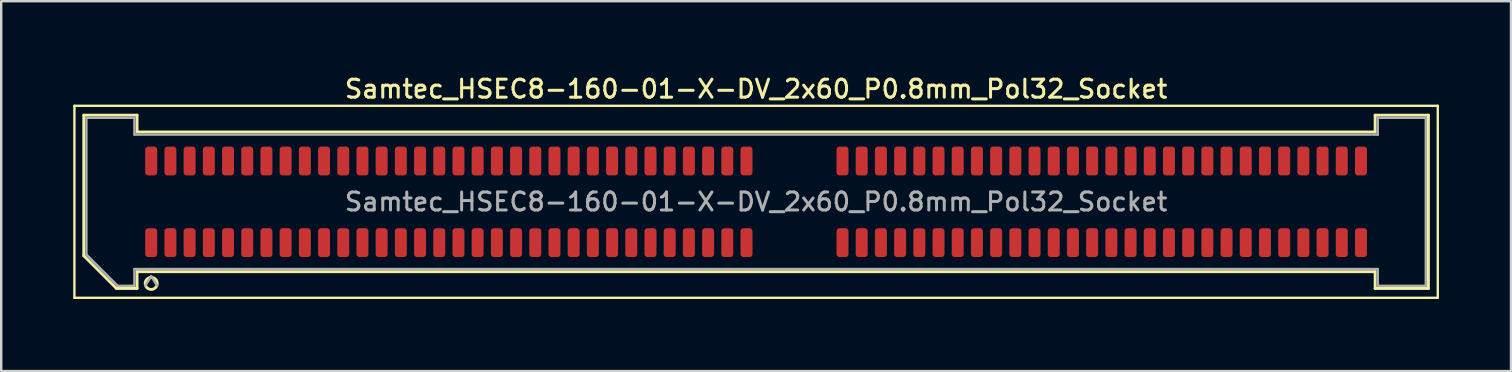
<source format=kicad_pcb>
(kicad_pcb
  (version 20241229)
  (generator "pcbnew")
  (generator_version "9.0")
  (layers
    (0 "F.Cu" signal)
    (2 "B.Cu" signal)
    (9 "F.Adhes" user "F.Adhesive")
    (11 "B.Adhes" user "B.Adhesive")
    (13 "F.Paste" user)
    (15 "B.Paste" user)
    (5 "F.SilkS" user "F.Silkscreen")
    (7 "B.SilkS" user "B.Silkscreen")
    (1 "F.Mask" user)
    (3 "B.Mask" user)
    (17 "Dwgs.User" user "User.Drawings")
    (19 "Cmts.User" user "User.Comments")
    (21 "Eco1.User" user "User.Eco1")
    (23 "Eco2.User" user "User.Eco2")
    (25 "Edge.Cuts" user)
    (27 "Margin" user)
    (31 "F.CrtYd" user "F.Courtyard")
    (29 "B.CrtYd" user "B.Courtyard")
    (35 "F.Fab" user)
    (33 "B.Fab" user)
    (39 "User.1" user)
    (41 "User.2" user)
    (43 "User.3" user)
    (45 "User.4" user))
  (footprint "Samtec_HSEC8-160-01-X-DV_2x60_P0.8mm_Pol32_Socket"
    (layer "F.Cu")
    (at 28.45 5.358)
    (property "Reference" "Samtec_HSEC8-160-01-X-DV_2x60_P0.8mm_Pol32_Socket" (at 0 -4.7 0) (layer "F.SilkS") (effects (font (size 0.75 0.75) (thickness 0.125))))
    (attr smd)
    (fp_line (start -28.4 -4) (end -28.4 4) (stroke (width 0.1) (type solid)) (layer "F.SilkS"))
    (fp_line (start -28.4 4) (end 28.4 4) (stroke (width 0.1) (type solid)) (layer "F.SilkS"))
    (fp_line (start -28.01 -3.61) (end -25.79 -3.61) (stroke (width 0.12) (type solid)) (layer "F.SilkS"))
    (fp_line (start -28.01 2.246) (end -28.01 -3.61) (stroke (width 0.12) (type solid)) (layer "F.SilkS"))
    (fp_line (start -26.646 3.61) (end -28.01 2.246) (stroke (width 0.12) (type solid)) (layer "F.SilkS"))
    (fp_line (start -25.79 -3.61) (end -25.79 -2.91) (stroke (width 0.12) (type solid)) (layer "F.SilkS"))
    (fp_line (start -25.79 -2.91) (end 25.79 -2.91) (stroke (width 0.12) (type solid)) (layer "F.SilkS"))
    (fp_line (start -25.79 2.91) (end -25.79 3.61) (stroke (width 0.12) (type solid)) (layer "F.SilkS"))
    (fp_line (start -25.79 3.61) (end -26.646 3.61) (stroke (width 0.12) (type solid)) (layer "F.SilkS"))
    (fp_line (start 25.79 -3.61) (end 28.01 -3.61) (stroke (width 0.12) (type solid)) (layer "F.SilkS"))
    (fp_line (start 25.79 -2.91) (end 25.79 -3.61) (stroke (width 0.12) (type solid)) (layer "F.SilkS"))
    (fp_line (start 25.79 2.91) (end -25.79 2.91) (stroke (width 0.12) (type solid)) (layer "F.SilkS"))
    (fp_line (start 25.79 3.61) (end 25.79 2.91) (stroke (width 0.12) (type solid)) (layer "F.SilkS"))
    (fp_line (start 28.01 -3.61) (end 28.01 3.61) (stroke (width 0.12) (type solid)) (layer "F.SilkS"))
    (fp_line (start 28.01 3.61) (end 25.79 3.61) (stroke (width 0.12) (type solid)) (layer "F.SilkS"))
    (fp_line (start 28.4 -4) (end -28.4 -4) (stroke (width 0.1) (type solid)) (layer "F.SilkS"))
    (fp_line (start 28.4 4) (end 28.4 -4) (stroke (width 0.1) (type solid)) (layer "F.SilkS"))
    (fp_arc (start -24.95 3.4) (mid -25.45 3.4) (end -24.95 3.4) (stroke (width 0.12) (type solid)) (layer "F.SilkS"))
    (fp_line (start -27.9 -3.5) (end -25.9 -3.5) (stroke (width 0.1) (type solid)) (layer "F.Fab"))
    (fp_line (start -27.9 2.2) (end -27.9 -3.5) (stroke (width 0.1) (type solid)) (layer "F.Fab"))
    (fp_line (start -26.6 3.5) (end -27.9 2.2) (stroke (width 0.1) (type solid)) (layer "F.Fab"))
    (fp_line (start -25.9 -3.5) (end -25.9 -2.8) (stroke (width 0.1) (type solid)) (layer "F.Fab"))
    (fp_line (start -25.9 -2.8) (end 25.9 -2.8) (stroke (width 0.1) (type solid)) (layer "F.Fab"))
    (fp_line (start -25.9 2.8) (end -25.9 3.5) (stroke (width 0.1) (type solid)) (layer "F.Fab"))
    (fp_line (start -25.9 3.5) (end -26.6 3.5) (stroke (width 0.1) (type solid)) (layer "F.Fab"))
    (fp_line (start -25.2 3.1) (end -25.45 3.5) (stroke (width 0.1) (type solid)) (layer "F.Fab"))
    (fp_line (start -25.2 3.1) (end -24.95 3.5) (stroke (width 0.1) (type solid)) (layer "F.Fab"))
    (fp_line (start 25.9 -3.5) (end 27.9 -3.5) (stroke (width 0.1) (type solid)) (layer "F.Fab"))
    (fp_line (start 25.9 -2.8) (end 25.9 -3.5) (stroke (width 0.1) (type solid)) (layer "F.Fab"))
    (fp_line (start 25.9 2.8) (end -25.9 2.8) (stroke (width 0.1) (type solid)) (layer "F.Fab"))
    (fp_line (start 25.9 3.5) (end 25.9 2.8) (stroke (width 0.1) (type solid)) (layer "F.Fab"))
    (fp_line (start 27.9 -3.5) (end 27.9 3.5) (stroke (width 0.1) (type solid)) (layer "F.Fab"))
    (fp_line (start 27.9 3.5) (end 25.9 3.5) (stroke (width 0.1) (type solid)) (layer "F.Fab"))
    (fp_text user "${REFERENCE}" (at 0 0 0) (layer "F.Fab") (effects (font (size 0.75 0.75) (thickness 0.125))))
    (pad "1" smd roundrect (at -25.2 1.7) (size 0.5 1.2) (layers "F.Cu" "F.Mask" "F.Paste") (roundrect_rratio 0.25))
    (pad "2" smd roundrect (at -25.2 -1.7) (size 0.5 1.2) (layers "F.Cu" "F.Mask" "F.Paste") (roundrect_rratio 0.25))
    (pad "3" smd roundrect (at -24.4 1.7) (size 0.5 1.2) (layers "F.Cu" "F.Mask" "F.Paste") (roundrect_rratio 0.25))
    (pad "4" smd roundrect (at -24.4 -1.7) (size 0.5 1.2) (layers "F.Cu" "F.Mask" "F.Paste") (roundrect_rratio 0.25))
    (pad "5" smd roundrect (at -23.6 1.7) (size 0.5 1.2) (layers "F.Cu" "F.Mask" "F.Paste") (roundrect_rratio 0.25))
    (pad "6" smd roundrect (at -23.6 -1.7) (size 0.5 1.2) (layers "F.Cu" "F.Mask" "F.Paste") (roundrect_rratio 0.25))
    (pad "7" smd roundrect (at -22.8 1.7) (size 0.5 1.2) (layers "F.Cu" "F.Mask" "F.Paste") (roundrect_rratio 0.25))
    (pad "8" smd roundrect (at -22.8 -1.7) (size 0.5 1.2) (layers "F.Cu" "F.Mask" "F.Paste") (roundrect_rratio 0.25))
    (pad "9" smd roundrect (at -22 1.7) (size 0.5 1.2) (layers "F.Cu" "F.Mask" "F.Paste") (roundrect_rratio 0.25))
    (pad "10" smd roundrect (at -22 -1.7) (size 0.5 1.2) (layers "F.Cu" "F.Mask" "F.Paste") (roundrect_rratio 0.25))
    (pad "11" smd roundrect (at -21.2 1.7) (size 0.5 1.2) (layers "F.Cu" "F.Mask" "F.Paste") (roundrect_rratio 0.25))
    (pad "12" smd roundrect (at -21.2 -1.7) (size 0.5 1.2) (layers "F.Cu" "F.Mask" "F.Paste") (roundrect_rratio 0.25))
    (pad "13" smd roundrect (at -20.4 1.7) (size 0.5 1.2) (layers "F.Cu" "F.Mask" "F.Paste") (roundrect_rratio 0.25))
    (pad "14" smd roundrect (at -20.4 -1.7) (size 0.5 1.2) (layers "F.Cu" "F.Mask" "F.Paste") (roundrect_rratio 0.25))
    (pad "15" smd roundrect (at -19.6 1.7) (size 0.5 1.2) (layers "F.Cu" "F.Mask" "F.Paste") (roundrect_rratio 0.25))
    (pad "16" smd roundrect (at -19.6 -1.7) (size 0.5 1.2) (layers "F.Cu" "F.Mask" "F.Paste") (roundrect_rratio 0.25))
    (pad "17" smd roundrect (at -18.8 1.7) (size 0.5 1.2) (layers "F.Cu" "F.Mask" "F.Paste") (roundrect_rratio 0.25))
    (pad "18" smd roundrect (at -18.8 -1.7) (size 0.5 1.2) (layers "F.Cu" "F.Mask" "F.Paste") (roundrect_rratio 0.25))
    (pad "19" smd roundrect (at -18 1.7) (size 0.5 1.2) (layers "F.Cu" "F.Mask" "F.Paste") (roundrect_rratio 0.25))
    (pad "20" smd roundrect (at -18 -1.7) (size 0.5 1.2) (layers "F.Cu" "F.Mask" "F.Paste") (roundrect_rratio 0.25))
    (pad "21" smd roundrect (at -17.2 1.7) (size 0.5 1.2) (layers "F.Cu" "F.Mask" "F.Paste") (roundrect_rratio 0.25))
    (pad "22" smd roundrect (at -17.2 -1.7) (size 0.5 1.2) (layers "F.Cu" "F.Mask" "F.Paste") (roundrect_rratio 0.25))
    (pad "23" smd roundrect (at -16.4 1.7) (size 0.5 1.2) (layers "F.Cu" "F.Mask" "F.Paste") (roundrect_rratio 0.25))
    (pad "24" smd roundrect (at -16.4 -1.7) (size 0.5 1.2) (layers "F.Cu" "F.Mask" "F.Paste") (roundrect_rratio 0.25))
    (pad "25" smd roundrect (at -15.6 1.7) (size 0.5 1.2) (layers "F.Cu" "F.Mask" "F.Paste") (roundrect_rratio 0.25))
    (pad "26" smd roundrect (at -15.6 -1.7) (size 0.5 1.2) (layers "F.Cu" "F.Mask" "F.Paste") (roundrect_rratio 0.25))
    (pad "27" smd roundrect (at -14.8 1.7) (size 0.5 1.2) (layers "F.Cu" "F.Mask" "F.Paste") (roundrect_rratio 0.25))
    (pad "28" smd roundrect (at -14.8 -1.7) (size 0.5 1.2) (layers "F.Cu" "F.Mask" "F.Paste") (roundrect_rratio 0.25))
    (pad "29" smd roundrect (at -14 1.7) (size 0.5 1.2) (layers "F.Cu" "F.Mask" "F.Paste") (roundrect_rratio 0.25))
    (pad "30" smd roundrect (at -14 -1.7) (size 0.5 1.2) (layers "F.Cu" "F.Mask" "F.Paste") (roundrect_rratio 0.25))
    (pad "31" smd roundrect (at -13.2 1.7) (size 0.5 1.2) (layers "F.Cu" "F.Mask" "F.Paste") (roundrect_rratio 0.25))
    (pad "32" smd roundrect (at -13.2 -1.7) (size 0.5 1.2) (layers "F.Cu" "F.Mask" "F.Paste") (roundrect_rratio 0.25))
    (pad "33" smd roundrect (at -12.4 1.7) (size 0.5 1.2) (layers "F.Cu" "F.Mask" "F.Paste") (roundrect_rratio 0.25))
    (pad "34" smd roundrect (at -12.4 -1.7) (size 0.5 1.2) (layers "F.Cu" "F.Mask" "F.Paste") (roundrect_rratio 0.25))
    (pad "35" smd roundrect (at -11.6 1.7) (size 0.5 1.2) (layers "F.Cu" "F.Mask" "F.Paste") (roundrect_rratio 0.25))
    (pad "36" smd roundrect (at -11.6 -1.7) (size 0.5 1.2) (layers "F.Cu" "F.Mask" "F.Paste") (roundrect_rratio 0.25))
    (pad "37" smd roundrect (at -10.8 1.7) (size 0.5 1.2) (layers "F.Cu" "F.Mask" "F.Paste") (roundrect_rratio 0.25))
    (pad "38" smd roundrect (at -10.8 -1.7) (size 0.5 1.2) (layers "F.Cu" "F.Mask" "F.Paste") (roundrect_rratio 0.25))
    (pad "39" smd roundrect (at -10 1.7) (size 0.5 1.2) (layers "F.Cu" "F.Mask" "F.Paste") (roundrect_rratio 0.25))
    (pad "40" smd roundrect (at -10 -1.7) (size 0.5 1.2) (layers "F.Cu" "F.Mask" "F.Paste") (roundrect_rratio 0.25))
    (pad "41" smd roundrect (at -9.2 1.7) (size 0.5 1.2) (layers "F.Cu" "F.Mask" "F.Paste") (roundrect_rratio 0.25))
    (pad "42" smd roundrect (at -9.2 -1.7) (size 0.5 1.2) (layers "F.Cu" "F.Mask" "F.Paste") (roundrect_rratio 0.25))
    (pad "43" smd roundrect (at -8.4 1.7) (size 0.5 1.2) (layers "F.Cu" "F.Mask" "F.Paste") (roundrect_rratio 0.25))
    (pad "44" smd roundrect (at -8.4 -1.7) (size 0.5 1.2) (layers "F.Cu" "F.Mask" "F.Paste") (roundrect_rratio 0.25))
    (pad "45" smd roundrect (at -7.6 1.7) (size 0.5 1.2) (layers "F.Cu" "F.Mask" "F.Paste") (roundrect_rratio 0.25))
    (pad "46" smd roundrect (at -7.6 -1.7) (size 0.5 1.2) (layers "F.Cu" "F.Mask" "F.Paste") (roundrect_rratio 0.25))
    (pad "47" smd roundrect (at -6.8 1.7) (size 0.5 1.2) (layers "F.Cu" "F.Mask" "F.Paste") (roundrect_rratio 0.25))
    (pad "48" smd roundrect (at -6.8 -1.7) (size 0.5 1.2) (layers "F.Cu" "F.Mask" "F.Paste") (roundrect_rratio 0.25))
    (pad "49" smd roundrect (at -6 1.7) (size 0.5 1.2) (layers "F.Cu" "F.Mask" "F.Paste") (roundrect_rratio 0.25))
    (pad "50" smd roundrect (at -6 -1.7) (size 0.5 1.2) (layers "F.Cu" "F.Mask" "F.Paste") (roundrect_rratio 0.25))
    (pad "51" smd roundrect (at -5.2 1.7) (size 0.5 1.2) (layers "F.Cu" "F.Mask" "F.Paste") (roundrect_rratio 0.25))
    (pad "52" smd roundrect (at -5.2 -1.7) (size 0.5 1.2) (layers "F.Cu" "F.Mask" "F.Paste") (roundrect_rratio 0.25))
    (pad "53" smd roundrect (at -4.4 1.7) (size 0.5 1.2) (layers "F.Cu" "F.Mask" "F.Paste") (roundrect_rratio 0.25))
    (pad "54" smd roundrect (at -4.4 -1.7) (size 0.5 1.2) (layers "F.Cu" "F.Mask" "F.Paste") (roundrect_rratio 0.25))
    (pad "55" smd roundrect (at -3.6 1.7) (size 0.5 1.2) (layers "F.Cu" "F.Mask" "F.Paste") (roundrect_rratio 0.25))
    (pad "56" smd roundrect (at -3.6 -1.7) (size 0.5 1.2) (layers "F.Cu" "F.Mask" "F.Paste") (roundrect_rratio 0.25))
    (pad "57" smd roundrect (at -2.8 1.7) (size 0.5 1.2) (layers "F.Cu" "F.Mask" "F.Paste") (roundrect_rratio 0.25))
    (pad "58" smd roundrect (at -2.8 -1.7) (size 0.5 1.2) (layers "F.Cu" "F.Mask" "F.Paste") (roundrect_rratio 0.25))
    (pad "59" smd roundrect (at -2 1.7) (size 0.5 1.2) (layers "F.Cu" "F.Mask" "F.Paste") (roundrect_rratio 0.25))
    (pad "60" smd roundrect (at -2 -1.7) (size 0.5 1.2) (layers "F.Cu" "F.Mask" "F.Paste") (roundrect_rratio 0.25))
    (pad "61" smd roundrect (at -1.2 1.7) (size 0.5 1.2) (layers "F.Cu" "F.Mask" "F.Paste") (roundrect_rratio 0.25))
    (pad "62" smd roundrect (at -1.2 -1.7) (size 0.5 1.2) (layers "F.Cu" "F.Mask" "F.Paste") (roundrect_rratio 0.25))
    (pad "63" smd roundrect (at -0.4 1.7) (size 0.5 1.2) (layers "F.Cu" "F.Mask" "F.Paste") (roundrect_rratio 0.25))
    (pad "64" smd roundrect (at -0.4 -1.7) (size 0.5 1.2) (layers "F.Cu" "F.Mask" "F.Paste") (roundrect_rratio 0.25))
    (pad "65" smd roundrect (at 3.6 1.7) (size 0.5 1.2) (layers "F.Cu" "F.Mask" "F.Paste") (roundrect_rratio 0.25))
    (pad "66" smd roundrect (at 3.6 -1.7) (size 0.5 1.2) (layers "F.Cu" "F.Mask" "F.Paste") (roundrect_rratio 0.25))
    (pad "67" smd roundrect (at 4.4 1.7) (size 0.5 1.2) (layers "F.Cu" "F.Mask" "F.Paste") (roundrect_rratio 0.25))
    (pad "68" smd roundrect (at 4.4 -1.7) (size 0.5 1.2) (layers "F.Cu" "F.Mask" "F.Paste") (roundrect_rratio 0.25))
    (pad "69" smd roundrect (at 5.2 1.7) (size 0.5 1.2) (layers "F.Cu" "F.Mask" "F.Paste") (roundrect_rratio 0.25))
    (pad "70" smd roundrect (at 5.2 -1.7) (size 0.5 1.2) (layers "F.Cu" "F.Mask" "F.Paste") (roundrect_rratio 0.25))
    (pad "71" smd roundrect (at 6 1.7) (size 0.5 1.2) (layers "F.Cu" "F.Mask" "F.Paste") (roundrect_rratio 0.25))
    (pad "72" smd roundrect (at 6 -1.7) (size 0.5 1.2) (layers "F.Cu" "F.Mask" "F.Paste") (roundrect_rratio 0.25))
    (pad "73" smd roundrect (at 6.8 1.7) (size 0.5 1.2) (layers "F.Cu" "F.Mask" "F.Paste") (roundrect_rratio 0.25))
    (pad "74" smd roundrect (at 6.8 -1.7) (size 0.5 1.2) (layers "F.Cu" "F.Mask" "F.Paste") (roundrect_rratio 0.25))
    (pad "75" smd roundrect (at 7.6 1.7) (size 0.5 1.2) (layers "F.Cu" "F.Mask" "F.Paste") (roundrect_rratio 0.25))
    (pad "76" smd roundrect (at 7.6 -1.7) (size 0.5 1.2) (layers "F.Cu" "F.Mask" "F.Paste") (roundrect_rratio 0.25))
    (pad "77" smd roundrect (at 8.4 1.7) (size 0.5 1.2) (layers "F.Cu" "F.Mask" "F.Paste") (roundrect_rratio 0.25))
    (pad "78" smd roundrect (at 8.4 -1.7) (size 0.5 1.2) (layers "F.Cu" "F.Mask" "F.Paste") (roundrect_rratio 0.25))
    (pad "79" smd roundrect (at 9.2 1.7) (size 0.5 1.2) (layers "F.Cu" "F.Mask" "F.Paste") (roundrect_rratio 0.25))
    (pad "80" smd roundrect (at 9.2 -1.7) (size 0.5 1.2) (layers "F.Cu" "F.Mask" "F.Paste") (roundrect_rratio 0.25))
    (pad "81" smd roundrect (at 10 1.7) (size 0.5 1.2) (layers "F.Cu" "F.Mask" "F.Paste") (roundrect_rratio 0.25))
    (pad "82" smd roundrect (at 10 -1.7) (size 0.5 1.2) (layers "F.Cu" "F.Mask" "F.Paste") (roundrect_rratio 0.25))
    (pad "83" smd roundrect (at 10.8 1.7) (size 0.5 1.2) (layers "F.Cu" "F.Mask" "F.Paste") (roundrect_rratio 0.25))
    (pad "84" smd roundrect (at 10.8 -1.7) (size 0.5 1.2) (layers "F.Cu" "F.Mask" "F.Paste") (roundrect_rratio 0.25))
    (pad "85" smd roundrect (at 11.6 1.7) (size 0.5 1.2) (layers "F.Cu" "F.Mask" "F.Paste") (roundrect_rratio 0.25))
    (pad "86" smd roundrect (at 11.6 -1.7) (size 0.5 1.2) (layers "F.Cu" "F.Mask" "F.Paste") (roundrect_rratio 0.25))
    (pad "87" smd roundrect (at 12.4 1.7) (size 0.5 1.2) (layers "F.Cu" "F.Mask" "F.Paste") (roundrect_rratio 0.25))
    (pad "88" smd roundrect (at 12.4 -1.7) (size 0.5 1.2) (layers "F.Cu" "F.Mask" "F.Paste") (roundrect_rratio 0.25))
    (pad "89" smd roundrect (at 13.2 1.7) (size 0.5 1.2) (layers "F.Cu" "F.Mask" "F.Paste") (roundrect_rratio 0.25))
    (pad "90" smd roundrect (at 13.2 -1.7) (size 0.5 1.2) (layers "F.Cu" "F.Mask" "F.Paste") (roundrect_rratio 0.25))
    (pad "91" smd roundrect (at 14 1.7) (size 0.5 1.2) (layers "F.Cu" "F.Mask" "F.Paste") (roundrect_rratio 0.25))
    (pad "92" smd roundrect (at 14 -1.7) (size 0.5 1.2) (layers "F.Cu" "F.Mask" "F.Paste") (roundrect_rratio 0.25))
    (pad "93" smd roundrect (at 14.8 1.7) (size 0.5 1.2) (layers "F.Cu" "F.Mask" "F.Paste") (roundrect_rratio 0.25))
    (pad "94" smd roundrect (at 14.8 -1.7) (size 0.5 1.2) (layers "F.Cu" "F.Mask" "F.Paste") (roundrect_rratio 0.25))
    (pad "95" smd roundrect (at 15.6 1.7) (size 0.5 1.2) (layers "F.Cu" "F.Mask" "F.Paste") (roundrect_rratio 0.25))
    (pad "96" smd roundrect (at 15.6 -1.7) (size 0.5 1.2) (layers "F.Cu" "F.Mask" "F.Paste") (roundrect_rratio 0.25))
    (pad "97" smd roundrect (at 16.4 1.7) (size 0.5 1.2) (layers "F.Cu" "F.Mask" "F.Paste") (roundrect_rratio 0.25))
    (pad "98" smd roundrect (at 16.4 -1.7) (size 0.5 1.2) (layers "F.Cu" "F.Mask" "F.Paste") (roundrect_rratio 0.25))
    (pad "99" smd roundrect (at 17.2 1.7) (size 0.5 1.2) (layers "F.Cu" "F.Mask" "F.Paste") (roundrect_rratio 0.25))
    (pad "100" smd roundrect (at 17.2 -1.7) (size 0.5 1.2) (layers "F.Cu" "F.Mask" "F.Paste") (roundrect_rratio 0.25))
    (pad "101" smd roundrect (at 18 1.7) (size 0.5 1.2) (layers "F.Cu" "F.Mask" "F.Paste") (roundrect_rratio 0.25))
    (pad "102" smd roundrect (at 18 -1.7) (size 0.5 1.2) (layers "F.Cu" "F.Mask" "F.Paste") (roundrect_rratio 0.25))
    (pad "103" smd roundrect (at 18.8 1.7) (size 0.5 1.2) (layers "F.Cu" "F.Mask" "F.Paste") (roundrect_rratio 0.25))
    (pad "104" smd roundrect (at 18.8 -1.7) (size 0.5 1.2) (layers "F.Cu" "F.Mask" "F.Paste") (roundrect_rratio 0.25))
    (pad "105" smd roundrect (at 19.6 1.7) (size 0.5 1.2) (layers "F.Cu" "F.Mask" "F.Paste") (roundrect_rratio 0.25))
    (pad "106" smd roundrect (at 19.6 -1.7) (size 0.5 1.2) (layers "F.Cu" "F.Mask" "F.Paste") (roundrect_rratio 0.25))
    (pad "107" smd roundrect (at 20.4 1.7) (size 0.5 1.2) (layers "F.Cu" "F.Mask" "F.Paste") (roundrect_rratio 0.25))
    (pad "108" smd roundrect (at 20.4 -1.7) (size 0.5 1.2) (layers "F.Cu" "F.Mask" "F.Paste") (roundrect_rratio 0.25))
    (pad "109" smd roundrect (at 21.2 1.7) (size 0.5 1.2) (layers "F.Cu" "F.Mask" "F.Paste") (roundrect_rratio 0.25))
    (pad "110" smd roundrect (at 21.2 -1.7) (size 0.5 1.2) (layers "F.Cu" "F.Mask" "F.Paste") (roundrect_rratio 0.25))
    (pad "111" smd roundrect (at 22 1.7) (size 0.5 1.2) (layers "F.Cu" "F.Mask" "F.Paste") (roundrect_rratio 0.25))
    (pad "112" smd roundrect (at 22 -1.7) (size 0.5 1.2) (layers "F.Cu" "F.Mask" "F.Paste") (roundrect_rratio 0.25))
    (pad "113" smd roundrect (at 22.8 1.7) (size 0.5 1.2) (layers "F.Cu" "F.Mask" "F.Paste") (roundrect_rratio 0.25))
    (pad "114" smd roundrect (at 22.8 -1.7) (size 0.5 1.2) (layers "F.Cu" "F.Mask" "F.Paste") (roundrect_rratio 0.25))
    (pad "115" smd roundrect (at 23.6 1.7) (size 0.5 1.2) (layers "F.Cu" "F.Mask" "F.Paste") (roundrect_rratio 0.25))
    (pad "116" smd roundrect (at 23.6 -1.7) (size 0.5 1.2) (layers "F.Cu" "F.Mask" "F.Paste") (roundrect_rratio 0.25))
    (pad "117" smd roundrect (at 24.4 1.7) (size 0.5 1.2) (layers "F.Cu" "F.Mask" "F.Paste") (roundrect_rratio 0.25))
    (pad "118" smd roundrect (at 24.4 -1.7) (size 0.5 1.2) (layers "F.Cu" "F.Mask" "F.Paste") (roundrect_rratio 0.25))
    (pad "119" smd roundrect (at 25.2 1.7) (size 0.5 1.2) (layers "F.Cu" "F.Mask" "F.Paste") (roundrect_rratio 0.25))
    (pad "120" smd roundrect (at 25.2 -1.7) (size 0.5 1.2) (layers "F.Cu" "F.Mask" "F.Paste") (roundrect_rratio 0.25)))
  (gr_rect
    (start -3 -3)
    (end 59.9 12.408)
    (stroke (width 0.1) (type default))
    (fill no)
    (layer "Edge.Cuts")))
</source>
